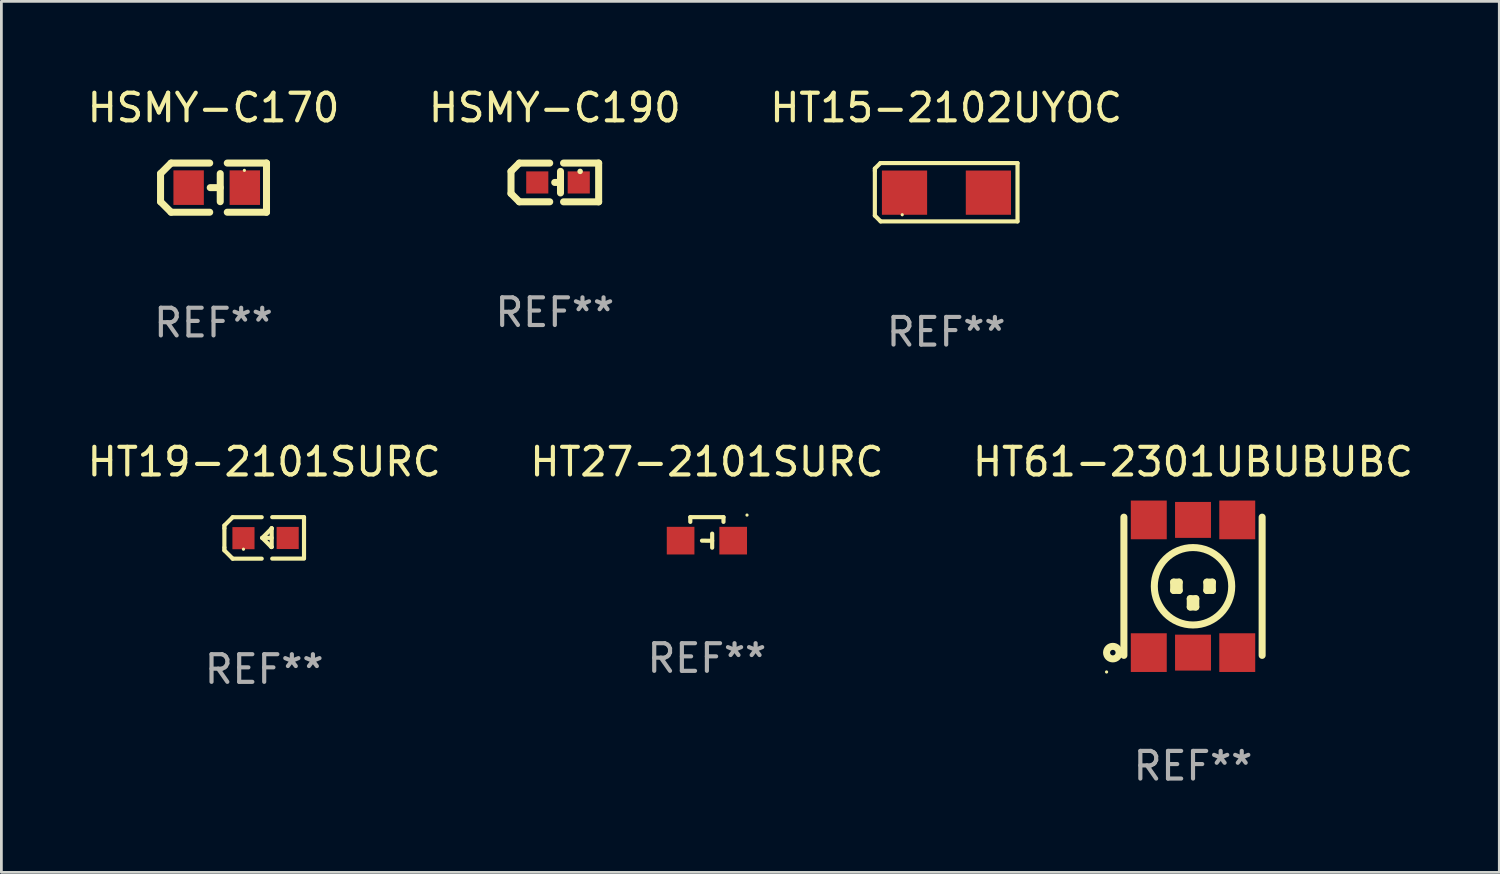
<source format=kicad_pcb>
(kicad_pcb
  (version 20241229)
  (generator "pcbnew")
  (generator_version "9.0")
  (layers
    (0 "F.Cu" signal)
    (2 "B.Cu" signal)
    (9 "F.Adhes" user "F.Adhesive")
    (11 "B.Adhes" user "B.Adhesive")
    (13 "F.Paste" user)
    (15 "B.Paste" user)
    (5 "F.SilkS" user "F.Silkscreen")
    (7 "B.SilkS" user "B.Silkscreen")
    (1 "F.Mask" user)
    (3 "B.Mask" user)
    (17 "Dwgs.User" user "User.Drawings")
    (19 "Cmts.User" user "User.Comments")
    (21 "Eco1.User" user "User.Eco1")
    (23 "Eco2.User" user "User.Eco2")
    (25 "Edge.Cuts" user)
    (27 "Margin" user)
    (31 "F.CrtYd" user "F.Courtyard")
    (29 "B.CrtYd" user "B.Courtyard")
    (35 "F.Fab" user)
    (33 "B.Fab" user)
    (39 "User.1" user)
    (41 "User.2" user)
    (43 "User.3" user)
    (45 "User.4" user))
  (footprint "HT15-2102UYOC"
    (layer "F.Cu")
    (at 31.173 3.903)
    (property "Reference" "HT15-2102UYOC" (at 0 -3.055 0) (layer "F.SilkS") (effects (font (size 1 1) (thickness 0.15))))
    (attr through_hole)
    (fp_line (start -2.58 -0.855) (end -2.38 -1.055) (stroke (width 0.15) (type solid)) (layer "F.SilkS"))
    (fp_line (start -2.58 -0.775) (end -2.58 -0.855) (stroke (width 0.15) (type solid)) (layer "F.SilkS"))
    (fp_line (start -2.58 -0.775) (end -2.58 0.845) (stroke (width 0.15) (type solid)) (layer "F.SilkS"))
    (fp_line (start -2.58 0.845) (end -2.37 1.055) (stroke (width 0.15) (type solid)) (layer "F.SilkS"))
    (fp_line (start -2.38 -1.055) (end 2.58 -1.055) (stroke (width 0.15) (type solid)) (layer "F.SilkS"))
    (fp_line (start 2.58 -1.055) (end 2.58 1.055) (stroke (width 0.15) (type solid)) (layer "F.SilkS"))
    (fp_line (start 2.58 1.055) (end -2.37 1.055) (stroke (width 0.15) (type solid)) (layer "F.SilkS"))
    (fp_circle (center -1.59 0.815) (end -1.56 0.815) (stroke (width 0.06) (type solid)) (fill no) (layer "F.SilkS"))
    (fp_text user "REF**" (at 0 5.055 0) (layer "F.Fab") (effects (font (size 1 1) (thickness 0.15))))
    (pad "1" smd rect (at -1.507 0.015) (size 1.635 1.6) (layers "F.Cu" "F.Mask" "F.Paste"))
    (pad "2" smd rect (at 1.527 0.015) (size 1.635 1.6) (layers "F.Cu" "F.Mask" "F.Paste")))
  (footprint "HSMY-C190"
    (layer "F.Cu")
    (at 17.018 3.549)
    (property "Reference" "HSMY-C190" (at 0 -2.701 0) (layer "F.SilkS") (effects (font (size 1 1) (thickness 0.15))))
    (attr through_hole)
    (fp_line (start -1.585 -0.4) (end -1.585 0.4) (stroke (width 0.254) (type solid)) (layer "F.SilkS"))
    (fp_line (start -1.585 0.4) (end -1.285 0.7) (stroke (width 0.254) (type solid)) (layer "F.SilkS"))
    (fp_line (start -1.285 -0.7) (end -1.585 -0.4) (stroke (width 0.254) (type solid)) (layer "F.SilkS"))
    (fp_line (start -1.285 0.7) (end -0.185 0.7) (stroke (width 0.254) (type solid)) (layer "F.SilkS"))
    (fp_line (start -0.185 -0.7) (end -1.285 -0.7) (stroke (width 0.254) (type solid)) (layer "F.SilkS"))
    (fp_line (start 0.205 -0.4) (end 0.205 0.38) (stroke (width 0.254) (type solid)) (layer "F.SilkS"))
    (fp_line (start 0.205 -0.002) (end -0.004 -0.000127) (stroke (width 0.254) (type solid)) (layer "F.SilkS"))
    (fp_line (start 0.315 -0.701) (end 1.585 -0.701) (stroke (width 0.254) (type solid)) (layer "F.SilkS"))
    (fp_line (start 1.585 -0.701) (end 1.585 0.701) (stroke (width 0.254) (type solid)) (layer "F.SilkS"))
    (fp_line (start 1.585 0.701) (end 0.315 0.701) (stroke (width 0.254) (type solid)) (layer "F.SilkS"))
    (fp_circle (center 0.915 -0.4) (end 0.965 -0.4) (stroke (width 0.1) (type solid)) (fill no) (layer "F.SilkS"))
    (fp_text user "REF**" (at 0 4.701 0) (layer "F.Fab") (effects (font (size 1 1) (thickness 0.15))))
    (pad "1" smd rect (at 0.865 0.000025) (size 0.8 0.8) (layers "F.Cu" "F.Mask" "F.Paste"))
    (pad "2" smd rect (at -0.635 0.000025) (size 0.8 0.8) (layers "F.Cu" "F.Mask" "F.Paste")))
  (footprint "HSMY-C170"
    (layer "F.Cu")
    (at 4.673 3.737)
    (property "Reference" "HSMY-C170" (at 0 -2.889 0) (layer "F.SilkS") (effects (font (size 1 1) (thickness 0.15))))
    (attr through_hole)
    (fp_line (start -1.916 -0.508) (end -1.535 -0.889) (stroke (width 0.254) (type solid)) (layer "F.SilkS"))
    (fp_line (start -1.916 0.508) (end -1.916 -0.508) (stroke (width 0.254) (type solid)) (layer "F.SilkS"))
    (fp_line (start -1.535 0.889) (end -1.916 0.508) (stroke (width 0.254) (type solid)) (layer "F.SilkS"))
    (fp_line (start -0.138 -0.889) (end -1.535 -0.889) (stroke (width 0.254) (type solid)) (layer "F.SilkS"))
    (fp_line (start -0.138 0.889) (end -1.535 0.889) (stroke (width 0.254) (type solid)) (layer "F.SilkS"))
    (fp_line (start 0.243 -0.001) (end -0.119 -0.000051) (stroke (width 0.254) (type solid)) (layer "F.SilkS"))
    (fp_line (start 0.243 0.508) (end 0.243 -0.508) (stroke (width 0.254) (type solid)) (layer "F.SilkS"))
    (fp_line (start 0.497 -0.889) (end 1.916 -0.889) (stroke (width 0.254) (type solid)) (layer "F.SilkS"))
    (fp_line (start 1.916 -0.889) (end 1.916 0.889) (stroke (width 0.254) (type solid)) (layer "F.SilkS"))
    (fp_line (start 1.916 0.889) (end 0.497 0.889) (stroke (width 0.254) (type solid)) (layer "F.SilkS"))
    (fp_circle (center 1.116 -0.625) (end 1.146 -0.625) (stroke (width 0.06) (type solid)) (fill no) (layer "F.SilkS"))
    (fp_text user "REF**" (at 0 4.889 0) (layer "F.Fab") (effects (font (size 1 1) (thickness 0.15))))
    (pad "1" smd rect (at 1.132 0) (size 1.1 1.25) (layers "F.Cu" "F.Mask" "F.Paste"))
    (pad "2" smd rect (at -0.9 0) (size 1.1 1.25) (layers "F.Cu" "F.Mask" "F.Paste")))
  (footprint "HT27-2101SURC"
    (layer "F.Cu")
    (at 22.518 16.207)
    (property "Reference" "HT27-2101SURC" (at 0 -2.552 0) (layer "F.SilkS") (effects (font (size 1 1) (thickness 0.15))))
    (attr through_hole)
    (fp_line (start -0.6 -0.552) (end -0.6 -0.381) (stroke (width 0.15) (type solid)) (layer "F.SilkS"))
    (fp_line (start -0.178 0.298) (end 0.191 0.303) (stroke (width 0.15) (type solid)) (layer "F.SilkS"))
    (fp_line (start 0.191 0.044) (end 0.191 0.552) (stroke (width 0.15) (type solid)) (layer "F.SilkS"))
    (fp_line (start 0.6 -0.552) (end -0.6 -0.552) (stroke (width 0.15) (type solid)) (layer "F.SilkS"))
    (fp_line (start 0.6 -0.552) (end 0.6 -0.381) (stroke (width 0.15) (type solid)) (layer "F.SilkS"))
    (fp_circle (center 1.451 -0.627) (end 1.481 -0.627) (stroke (width 0.06) (type solid)) (fill no) (layer "F.SilkS"))
    (fp_text user "REF**" (at 0 4.552 0) (layer "F.Fab") (effects (font (size 1 1) (thickness 0.15))))
    (pad "1" smd rect (at 0.951 0.298 90) (size 1 1) (layers "F.Cu" "F.Mask" "F.Paste"))
    (pad "2" smd rect (at -0.951 0.298 90) (size 1 1) (layers "F.Cu" "F.Mask" "F.Paste")))
  (footprint "HT61-2301UBUBUBC"
    (layer "F.Cu")
    (at 40.101 18.155)
    (property "Reference" "HT61-2301UBUBUBC" (at 0 -4.5 0) (layer "F.SilkS") (effects (font (size 1 1) (thickness 0.15))))
    (attr through_hole)
    (fp_line (start -2.5 -2.5) (end -2.5 2.5) (stroke (width 0.254) (type solid)) (layer "F.SilkS"))
    (fp_line (start -0.7 -0.15) (end -0.7 0.15) (stroke (width 0.254) (type solid)) (layer "F.SilkS"))
    (fp_line (start -0.7 0.15) (end -0.5 0.15) (stroke (width 0.254) (type solid)) (layer "F.SilkS"))
    (fp_line (start -0.5 -0.15) (end -0.7 -0.15) (stroke (width 0.254) (type solid)) (layer "F.SilkS"))
    (fp_line (start -0.5 0.15) (end -0.5 -0.15) (stroke (width 0.254) (type solid)) (layer "F.SilkS"))
    (fp_line (start -0.1 0.45) (end -0.1 0.75) (stroke (width 0.254) (type solid)) (layer "F.SilkS"))
    (fp_line (start -0.1 0.75) (end 0.1 0.75) (stroke (width 0.254) (type solid)) (layer "F.SilkS"))
    (fp_line (start 0.1 0.45) (end -0.1 0.45) (stroke (width 0.254) (type solid)) (layer "F.SilkS"))
    (fp_line (start 0.1 0.75) (end 0.1 0.45) (stroke (width 0.254) (type solid)) (layer "F.SilkS"))
    (fp_line (start 0.5 -0.15) (end 0.5 0.15) (stroke (width 0.254) (type solid)) (layer "F.SilkS"))
    (fp_line (start 0.5 0.15) (end 0.7 0.15) (stroke (width 0.254) (type solid)) (layer "F.SilkS"))
    (fp_line (start 0.7 -0.15) (end 0.5 -0.15) (stroke (width 0.254) (type solid)) (layer "F.SilkS"))
    (fp_line (start 0.7 0.15) (end 0.7 -0.15) (stroke (width 0.254) (type solid)) (layer "F.SilkS"))
    (fp_line (start 2.5 -2.5) (end 2.5 2.5) (stroke (width 0.254) (type solid)) (layer "F.SilkS"))
    (fp_circle (center -3.127 3.1) (end -3.097 3.1) (stroke (width 0.06) (type solid)) (fill no) (layer "F.SilkS"))
    (fp_circle (center -2.9 2.4) (end -2.8 2.4) (stroke (width 0.254) (type solid)) (fill no) (layer "F.SilkS"))
    (fp_circle (center 0.000013 0) (end 1.4 0) (stroke (width 0.254) (type solid)) (fill no) (layer "F.SilkS"))
    (fp_text user "REF**" (at 0 6.5 0) (layer "F.Fab") (effects (font (size 1 1) (thickness 0.15))))
    (pad "1" smd rect (at -1.6 2.4 90) (size 1.4 1.3) (layers "F.Cu" "F.Mask" "F.Paste"))
    (pad "2" smd rect (at -1.6 -2.4 90) (size 1.4 1.3) (layers "F.Cu" "F.Mask" "F.Paste"))
    (pad "3" smd rect (at 0.000013 2.4 90) (size 1.3 1.3) (layers "F.Cu" "F.Mask" "F.Paste"))
    (pad "4" smd rect (at 0.000013 -2.4 90) (size 1.3 1.3) (layers "F.Cu" "F.Mask" "F.Paste"))
    (pad "5" smd rect (at 1.6 2.4 90) (size 1.4 1.3) (layers "F.Cu" "F.Mask" "F.Paste"))
    (pad "6" smd rect (at 1.6 -2.4 90) (size 1.4 1.3) (layers "F.Cu" "F.Mask" "F.Paste")))
  (footprint "HT19-2101SURC"
    (layer "F.Cu")
    (at 6.506 16.406)
    (property "Reference" "HT19-2101SURC" (at 0 -2.751 0) (layer "F.SilkS") (effects (font (size 1 1) (thickness 0.15))))
    (attr through_hole)
    (fp_line (start -1.44 -0.449) (end -1.14 -0.749) (stroke (width 0.15) (type solid)) (layer "F.SilkS"))
    (fp_line (start -1.44 -0.349) (end -1.44 -0.449) (stroke (width 0.15) (type solid)) (layer "F.SilkS"))
    (fp_line (start -1.44 -0.349) (end -1.44 0.351) (stroke (width 0.15) (type solid)) (layer "F.SilkS"))
    (fp_line (start -1.44 0.351) (end -1.44 0.451) (stroke (width 0.15) (type solid)) (layer "F.SilkS"))
    (fp_line (start -1.44 0.451) (end -1.14 0.751) (stroke (width 0.15) (type solid)) (layer "F.SilkS"))
    (fp_line (start -0.09 -0.749) (end -1.14 -0.749) (stroke (width 0.15) (type solid)) (layer "F.SilkS"))
    (fp_line (start -0.09 0.751) (end -1.14 0.751) (stroke (width 0.15) (type solid)) (layer "F.SilkS"))
    (fp_line (start 0.26 0.329) (end -0.07 -0.001) (stroke (width 0.15) (type solid)) (layer "F.SilkS"))
    (fp_line (start 0.27 -0.351) (end 0.27 -0.341) (stroke (width 0.15) (type solid)) (layer "F.SilkS"))
    (fp_line (start 0.27 -0.351) (end 0.27 0.329) (stroke (width 0.15) (type solid)) (layer "F.SilkS"))
    (fp_line (start 0.27 -0.341) (end -0.07 -0.001) (stroke (width 0.15) (type solid)) (layer "F.SilkS"))
    (fp_line (start 0.27 -0.001) (end -0.07 -0.001) (stroke (width 0.15) (type solid)) (layer "F.SilkS"))
    (fp_line (start 0.27 0.329) (end 0.26 0.329) (stroke (width 0.15) (type solid)) (layer "F.SilkS"))
    (fp_line (start 0.29 -0.751) (end 1.44 -0.751) (stroke (width 0.15) (type solid)) (layer "F.SilkS"))
    (fp_line (start 0.29 0.749) (end 1.44 0.749) (stroke (width 0.15) (type solid)) (layer "F.SilkS"))
    (fp_line (start 1.44 -0.751) (end 1.44 0.729) (stroke (width 0.15) (type solid)) (layer "F.SilkS"))
    (fp_circle (center -0.75 0.409) (end -0.72 0.409) (stroke (width 0.06) (type solid)) (fill no) (layer "F.SilkS"))
    (fp_text user "REF**" (at 0 4.751 0) (layer "F.Fab") (effects (font (size 1 1) (thickness 0.15))))
    (pad "1" smd rect (at -0.75 0.009 90) (size 0.8 0.8) (layers "F.Cu" "F.Mask" "F.Paste"))
    (pad "2" smd rect (at 0.849 0.002 90) (size 0.8 0.8) (layers "F.Cu" "F.Mask" "F.Paste")))
  (gr_rect
    (start -3 -3)
    (end 51.179 28.503)
    (stroke (width 0.1) (type default))
    (fill no)
    (layer "Edge.Cuts")))
</source>
